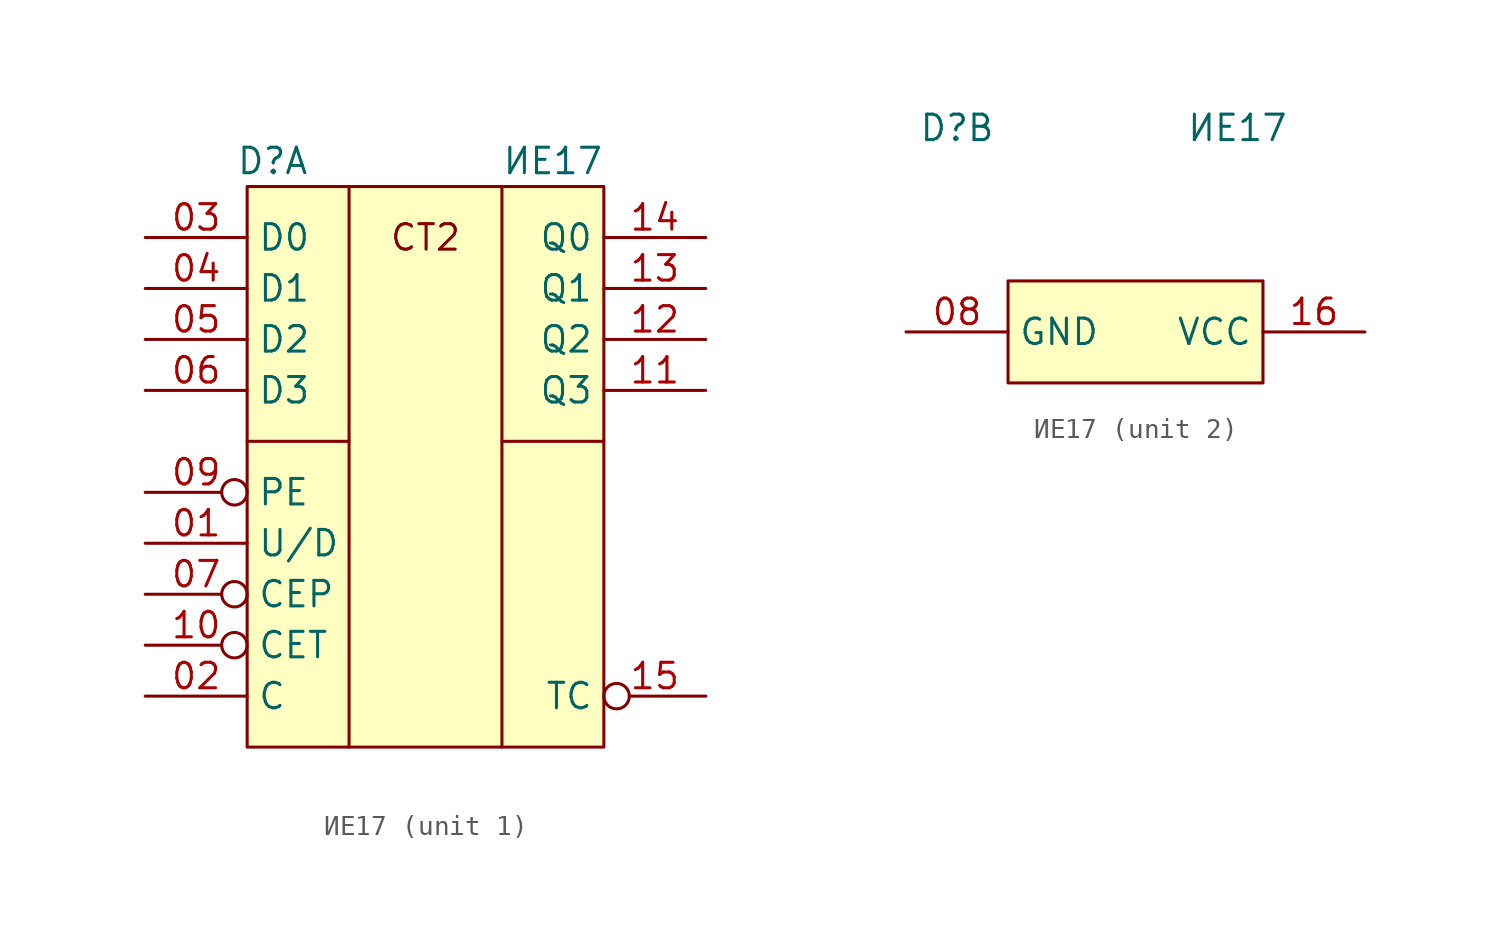
<source format=kicad_sym>
(kicad_symbol_lib
  (version 20231120)
  (generator "kicad_symbol_editor")
  (generator_version "8.0")
  (symbol "ИЕ17"
    (property "Reference" "D"
      (at -7.62 -3.81 0)
      (effects (font (size 1.27 1.27))))
    (property "Value" "ИЕ17"
      (at 6.35 -3.81 0)
      (effects (font (size 1.27 1.27))))
    (property "ki_locked" ""
      (at 0 0 0)
      (effects (font (size 1.27 1.27))))
    (symbol "ИЕ17_1_1"
      (rectangle (start -8.89 -5.08) (end 8.89 -33.02) (stroke (width 0) (type default)) (fill (type background)))
      (polyline (pts (xy -8.89 -17.78) (xy -3.81 -17.78)) (stroke (width 0) (type default)) (fill (type none)))
      (polyline (pts (xy -3.81 -5.08) (xy -3.81 -33.02)) (stroke (width 0) (type default)) (fill (type none)))
      (polyline (pts (xy 3.81 -17.78) (xy 8.89 -17.78)) (stroke (width 0) (type default)) (fill (type none)))
      (polyline (pts (xy 3.81 -5.08) (xy 3.81 -33.02)) (stroke (width 0) (type default)) (fill (type none)))
      (text "CT2" (at 0 -7.62 0) (effects (font (size 1.27 1.27))))
      (pin input line (at -13.97 -22.86 0) (length 5.08) (name "U/D" (effects (font (size 1.27 1.27)))) (number "01" (effects (font (size 1.27 1.27)))))
      (pin input line (at -13.97 -30.48 0) (length 5.08) (name "C" (effects (font (size 1.27 1.27)))) (number "02" (effects (font (size 1.27 1.27)))))
      (pin input line (at -13.97 -7.62 0) (length 5.08) (name "D0" (effects (font (size 1.27 1.27)))) (number "03" (effects (font (size 1.27 1.27)))))
      (pin input line (at -13.97 -10.16 0) (length 5.08) (name "D1" (effects (font (size 1.27 1.27)))) (number "04" (effects (font (size 1.27 1.27)))))
      (pin input line (at -13.97 -12.7 0) (length 5.08) (name "D2" (effects (font (size 1.27 1.27)))) (number "05" (effects (font (size 1.27 1.27)))))
      (pin input line (at -13.97 -15.24 0) (length 5.08) (name "D3" (effects (font (size 1.27 1.27)))) (number "06" (effects (font (size 1.27 1.27)))))
      (pin input inverted (at -13.97 -25.4 0) (length 5.08) (name "CEP" (effects (font (size 1.27 1.27)))) (number "07" (effects (font (size 1.27 1.27)))))
      (pin input inverted (at -13.97 -20.32 0) (length 5.08) (name "PE" (effects (font (size 1.27 1.27)))) (number "09" (effects (font (size 1.27 1.27)))))
      (pin input inverted (at -13.97 -27.94 0) (length 5.08) (name "CET" (effects (font (size 1.27 1.27)))) (number "10" (effects (font (size 1.27 1.27)))))
      (pin output line (at 13.97 -15.24 180) (length 5.08) (name "Q3" (effects (font (size 1.27 1.27)))) (number "11" (effects (font (size 1.27 1.27)))))
      (pin output line (at 13.97 -12.7 180) (length 5.08) (name "Q2" (effects (font (size 1.27 1.27)))) (number "12" (effects (font (size 1.27 1.27)))))
      (pin output line (at 13.97 -10.16 180) (length 5.08) (name "Q1" (effects (font (size 1.27 1.27)))) (number "13" (effects (font (size 1.27 1.27)))))
      (pin output line (at 13.97 -7.62 180) (length 5.08) (name "Q0" (effects (font (size 1.27 1.27)))) (number "14" (effects (font (size 1.27 1.27)))))
      (pin output inverted (at 13.97 -30.48 180) (length 5.08) (name "TC" (effects (font (size 1.27 1.27)))) (number "15" (effects (font (size 1.27 1.27))))))
    (symbol "ИЕ17_2_0"
      (rectangle (start -5.08 -11.43) (end 7.62 -16.51) (stroke (width 0) (type default)) (fill (type background))))
    (symbol "ИЕ17_2_1"
      (pin power_in line (at -10.16 -13.97 0) (length 5.08) (name "GND" (effects (font (size 1.27 1.27)))) (number "08" (effects (font (size 1.27 1.27)))))
      (pin power_in line (at 12.7 -13.97 180) (length 5.08) (name "VCC" (effects (font (size 1.27 1.27)))) (number "16" (effects (font (size 1.27 1.27))))))))
</source>
